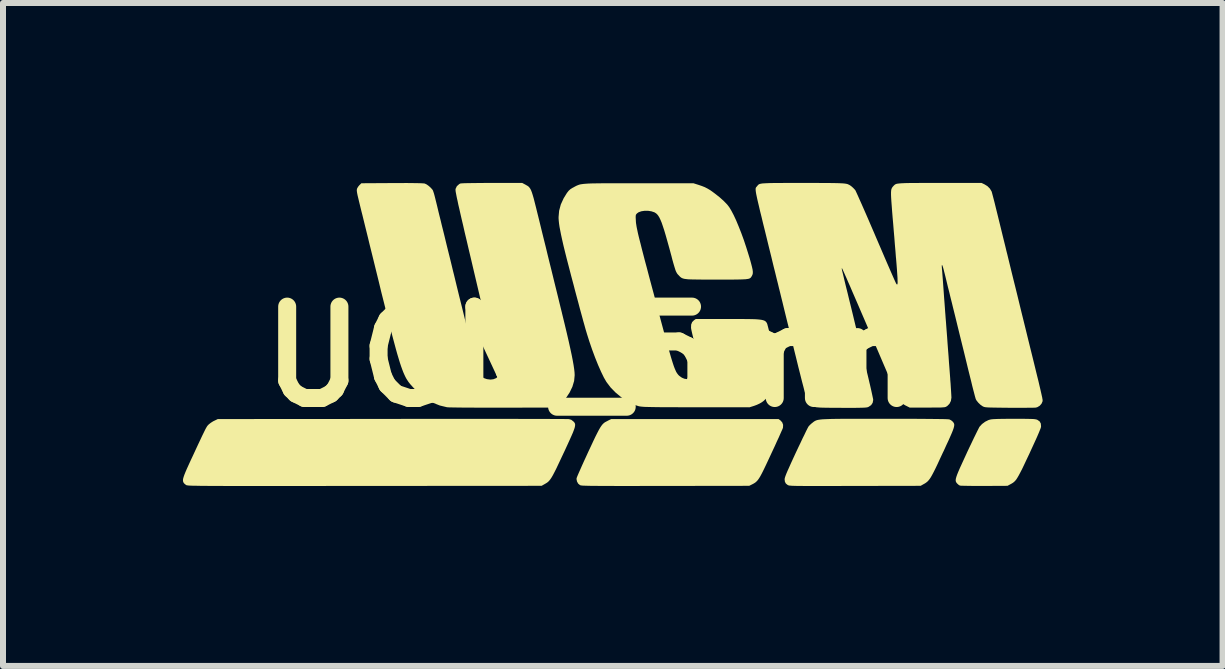
<source format=kicad_pcb>
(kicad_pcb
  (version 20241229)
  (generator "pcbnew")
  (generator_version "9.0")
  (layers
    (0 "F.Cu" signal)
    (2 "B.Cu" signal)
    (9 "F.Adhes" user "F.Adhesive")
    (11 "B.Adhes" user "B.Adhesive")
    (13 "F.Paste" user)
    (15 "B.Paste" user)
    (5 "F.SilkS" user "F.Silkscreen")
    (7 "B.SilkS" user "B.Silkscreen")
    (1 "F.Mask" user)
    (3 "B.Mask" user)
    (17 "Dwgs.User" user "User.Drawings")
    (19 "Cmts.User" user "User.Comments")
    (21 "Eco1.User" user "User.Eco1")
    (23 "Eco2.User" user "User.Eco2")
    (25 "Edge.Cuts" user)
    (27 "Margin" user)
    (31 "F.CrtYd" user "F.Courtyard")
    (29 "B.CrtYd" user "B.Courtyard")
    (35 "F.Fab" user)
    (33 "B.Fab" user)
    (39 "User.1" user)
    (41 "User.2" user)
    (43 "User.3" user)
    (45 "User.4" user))
  (footprint "UCM_5mm"
    (layer "F.Cu")
    (at 7.144 2.896)
    (property "Reference" "UCM_5mm" (at 0 0 0) (layer "F.SilkS") (effects (font (size 1.524 1.524) (thickness 0.3))))
    (attr board_only exclude_from_pos_files exclude_from_bom)
    (fp_poly (pts (xy 2.816 1.062) (xy 2.846 1.095) (xy 2.861 1.136) (xy 2.859 1.181) (xy 2.855 1.195) (xy 2.848 1.212) (xy 2.834 1.243) (xy 2.814 1.288) (xy 2.789 1.345) (xy 2.758 1.411) (xy 2.725 1.485) (xy 2.688 1.564) (xy 2.66 1.624) (xy 2.613 1.725) (xy 2.573 1.81) (xy 2.539 1.881) (xy 2.51 1.939) (xy 2.485 1.986) (xy 2.463 2.023) (xy 2.443 2.052) (xy 2.423 2.075) (xy 2.404 2.093) (xy 2.384 2.107) (xy 2.362 2.12) (xy 2.344 2.129) (xy 2.296 2.153) (xy 0.901 2.155) (xy 0.709 2.155) (xy 0.535 2.155) (xy 0.378 2.156) (xy 0.237 2.156) (xy 0.112 2.156) (xy 0.002 2.155) (xy -0.095 2.155) (xy -0.179 2.155) (xy -0.251 2.154) (xy -0.312 2.154) (xy -0.364 2.153) (xy -0.406 2.152) (xy -0.44 2.151) (xy -0.467 2.15) (xy -0.488 2.149) (xy -0.503 2.147) (xy -0.514 2.145) (xy -0.521 2.143) (xy -0.524 2.142) (xy -0.555 2.117) (xy -0.575 2.081) (xy -0.583 2.041) (xy -0.582 2.027) (xy -0.577 2.012) (xy -0.565 1.982) (xy -0.546 1.938) (xy -0.521 1.882) (xy -0.492 1.816) (xy -0.459 1.743) (xy -0.422 1.663) (xy -0.387 1.586) (xy -0.339 1.484) (xy -0.299 1.398) (xy -0.265 1.327) (xy -0.235 1.268) (xy -0.21 1.22) (xy -0.188 1.182) (xy -0.168 1.152) (xy -0.15 1.129) (xy -0.132 1.111) (xy -0.113 1.096) (xy -0.092 1.084) (xy -0.068 1.072) (xy -0.062 1.068) (xy -0.005 1.04) (xy 2.785 1.04)) (stroke (width 0) (type solid)) (fill yes) (layer "F.SilkS"))
    (fp_poly (pts (xy 6.712 1.036) (xy 6.804 1.036) (xy 6.879 1.036) (xy 6.939 1.037) (xy 6.986 1.038) (xy 7.022 1.039) (xy 7.048 1.041) (xy 7.068 1.044) (xy 7.083 1.047) (xy 7.096 1.051) (xy 7.101 1.054) (xy 7.137 1.079) (xy 7.157 1.114) (xy 7.161 1.16) (xy 7.16 1.172) (xy 7.155 1.191) (xy 7.141 1.226) (xy 7.121 1.275) (xy 7.094 1.338) (xy 7.06 1.413) (xy 7.021 1.498) (xy 6.977 1.594) (xy 6.967 1.616) (xy 6.919 1.717) (xy 6.879 1.802) (xy 6.845 1.873) (xy 6.815 1.931) (xy 6.79 1.978) (xy 6.768 2.016) (xy 6.749 2.046) (xy 6.73 2.069) (xy 6.712 2.087) (xy 6.693 2.102) (xy 6.672 2.115) (xy 6.65 2.127) (xy 6.602 2.153) (xy 6.213 2.155) (xy 6.128 2.155) (xy 6.049 2.155) (xy 5.977 2.154) (xy 5.915 2.153) (xy 5.864 2.152) (xy 5.828 2.151) (xy 5.809 2.149) (xy 5.806 2.148) (xy 5.786 2.136) (xy 5.764 2.116) (xy 5.763 2.115) (xy 5.752 2.102) (xy 5.744 2.089) (xy 5.739 2.074) (xy 5.738 2.056) (xy 5.741 2.033) (xy 5.749 2.004) (xy 5.762 1.966) (xy 5.781 1.919) (xy 5.806 1.861) (xy 5.838 1.791) (xy 5.877 1.706) (xy 5.923 1.606) (xy 5.925 1.601) (xy 5.964 1.518) (xy 6.002 1.439) (xy 6.036 1.367) (xy 6.068 1.302) (xy 6.095 1.247) (xy 6.116 1.205) (xy 6.131 1.176) (xy 6.138 1.165) (xy 6.177 1.123) (xy 6.228 1.085) (xy 6.284 1.057) (xy 6.311 1.049) (xy 6.331 1.045) (xy 6.359 1.042) (xy 6.397 1.04) (xy 6.447 1.038) (xy 6.511 1.037) (xy 6.59 1.036) (xy 6.687 1.036)) (stroke (width 0) (type solid)) (fill yes) (layer "F.SilkS"))
    (fp_poly (pts (xy 4.473 1.036) (xy 4.55 1.036) (xy 4.737 1.036) (xy 4.907 1.036) (xy 5.06 1.036) (xy 5.195 1.037) (xy 5.312 1.038) (xy 5.412 1.039) (xy 5.493 1.04) (xy 5.556 1.041) (xy 5.6 1.043) (xy 5.625 1.045) (xy 5.63 1.045) (xy 5.661 1.06) (xy 5.688 1.082) (xy 5.69 1.085) (xy 5.7 1.097) (xy 5.708 1.11) (xy 5.713 1.124) (xy 5.714 1.141) (xy 5.711 1.163) (xy 5.704 1.191) (xy 5.692 1.226) (xy 5.674 1.271) (xy 5.65 1.326) (xy 5.62 1.394) (xy 5.582 1.475) (xy 5.538 1.572) (xy 5.525 1.598) (xy 5.477 1.701) (xy 5.437 1.788) (xy 5.402 1.861) (xy 5.372 1.921) (xy 5.346 1.97) (xy 5.324 2.009) (xy 5.304 2.039) (xy 5.285 2.063) (xy 5.266 2.083) (xy 5.247 2.098) (xy 5.227 2.112) (xy 5.205 2.124) (xy 5.154 2.153) (xy 4.061 2.155) (xy 3.893 2.155) (xy 3.743 2.156) (xy 3.61 2.156) (xy 3.493 2.156) (xy 3.391 2.156) (xy 3.303 2.156) (xy 3.228 2.156) (xy 3.164 2.155) (xy 3.111 2.155) (xy 3.068 2.154) (xy 3.033 2.153) (xy 3.005 2.152) (xy 2.984 2.15) (xy 2.969 2.149) (xy 2.957 2.147) (xy 2.949 2.144) (xy 2.943 2.142) (xy 2.938 2.139) (xy 2.937 2.139) (xy 2.907 2.115) (xy 2.891 2.085) (xy 2.886 2.044) (xy 2.886 2.042) (xy 2.888 2.029) (xy 2.893 2.01) (xy 2.902 1.984) (xy 2.916 1.948) (xy 2.935 1.903) (xy 2.961 1.846) (xy 2.992 1.776) (xy 3.031 1.691) (xy 3.074 1.598) (xy 3.113 1.515) (xy 3.151 1.436) (xy 3.185 1.363) (xy 3.217 1.299) (xy 3.243 1.244) (xy 3.264 1.202) (xy 3.279 1.174) (xy 3.286 1.162) (xy 3.308 1.138) (xy 3.338 1.111) (xy 3.355 1.098) (xy 3.367 1.088) (xy 3.379 1.08) (xy 3.391 1.072) (xy 3.404 1.066) (xy 3.419 1.06) (xy 3.437 1.055) (xy 3.46 1.051) (xy 3.488 1.047) (xy 3.522 1.044) (xy 3.565 1.042) (xy 3.616 1.04) (xy 3.677 1.038) (xy 3.749 1.037) (xy 3.833 1.036) (xy 3.93 1.036) (xy 4.042 1.036) (xy 4.169 1.036) (xy 4.312 1.036)) (stroke (width 0) (type solid)) (fill yes) (layer "F.SilkS"))
    (fp_poly (pts (xy -2.333 1.037) (xy -2.137 1.037) (xy -1.951 1.037) (xy -1.774 1.037) (xy -1.609 1.037) (xy -1.455 1.038) (xy -1.313 1.038) (xy -1.184 1.038) (xy -1.07 1.038) (xy -0.969 1.039) (xy -0.884 1.039) (xy -0.815 1.039) (xy -0.763 1.04) (xy -0.728 1.04) (xy -0.711 1.041) (xy -0.71 1.041) (xy -0.671 1.052) (xy -0.637 1.078) (xy -0.635 1.08) (xy -0.623 1.092) (xy -0.614 1.105) (xy -0.608 1.119) (xy -0.606 1.136) (xy -0.608 1.157) (xy -0.614 1.185) (xy -0.626 1.22) (xy -0.643 1.265) (xy -0.667 1.32) (xy -0.697 1.387) (xy -0.734 1.468) (xy -0.778 1.564) (xy -0.798 1.606) (xy -0.846 1.708) (xy -0.887 1.795) (xy -0.921 1.867) (xy -0.951 1.926) (xy -0.976 1.974) (xy -0.998 2.012) (xy -1.018 2.042) (xy -1.037 2.066) (xy -1.055 2.085) (xy -1.074 2.1) (xy -1.095 2.113) (xy -1.114 2.124) (xy -1.165 2.153) (xy -4.113 2.155) (xy -4.395 2.155) (xy -4.659 2.155) (xy -4.904 2.156) (xy -5.132 2.156) (xy -5.343 2.156) (xy -5.539 2.156) (xy -5.719 2.156) (xy -5.884 2.156) (xy -6.036 2.156) (xy -6.174 2.156) (xy -6.299 2.156) (xy -6.412 2.156) (xy -6.513 2.155) (xy -6.604 2.155) (xy -6.684 2.155) (xy -6.755 2.154) (xy -6.816 2.154) (xy -6.87 2.153) (xy -6.916 2.152) (xy -6.954 2.152) (xy -6.986 2.151) (xy -7.013 2.15) (xy -7.034 2.149) (xy -7.051 2.148) (xy -7.064 2.146) (xy -7.073 2.145) (xy -7.081 2.144) (xy -7.086 2.142) (xy -7.09 2.14) (xy -7.092 2.139) (xy -7.116 2.121) (xy -7.132 2.103) (xy -7.133 2.101) (xy -7.14 2.087) (xy -7.143 2.072) (xy -7.144 2.055) (xy -7.141 2.033) (xy -7.133 2.005) (xy -7.121 1.97) (xy -7.103 1.925) (xy -7.079 1.869) (xy -7.048 1.801) (xy -7.01 1.718) (xy -6.977 1.648) (xy -6.929 1.544) (xy -6.888 1.456) (xy -6.853 1.382) (xy -6.825 1.322) (xy -6.801 1.273) (xy -6.782 1.234) (xy -6.767 1.204) (xy -6.754 1.181) (xy -6.744 1.164) (xy -6.735 1.151) (xy -6.726 1.142) (xy -6.718 1.133) (xy -6.709 1.125) (xy -6.678 1.101) (xy -6.64 1.077) (xy -6.617 1.066) (xy -6.563 1.04) (xy -3.658 1.038) (xy -3.423 1.037) (xy -3.192 1.037) (xy -2.967 1.037) (xy -2.748 1.037) (xy -2.537 1.037)) (stroke (width 0) (type solid)) (fill yes) (layer "F.SilkS"))
    (fp_poly (pts (xy -1.437 -2.869) (xy -1.416 -2.857) (xy -1.397 -2.846) (xy -1.381 -2.834) (xy -1.367 -2.818) (xy -1.353 -2.798) (xy -1.34 -2.772) (xy -1.327 -2.738) (xy -1.313 -2.694) (xy -1.297 -2.639) (xy -1.28 -2.572) (xy -1.259 -2.49) (xy -1.235 -2.392) (xy -1.218 -2.324) (xy -1.191 -2.214) (xy -1.161 -2.091) (xy -1.129 -1.961) (xy -1.096 -1.829) (xy -1.065 -1.7) (xy -1.035 -1.578) (xy -1.008 -1.47) (xy -1.006 -1.462) (xy -0.981 -1.36) (xy -0.954 -1.249) (xy -0.926 -1.136) (xy -0.898 -1.023) (xy -0.872 -0.916) (xy -0.848 -0.818) (xy -0.827 -0.734) (xy -0.825 -0.724) (xy -0.783 -0.552) (xy -0.746 -0.397) (xy -0.714 -0.259) (xy -0.687 -0.137) (xy -0.664 -0.03) (xy -0.646 0.062) (xy -0.632 0.141) (xy -0.622 0.208) (xy -0.616 0.262) (xy -0.614 0.305) (xy -0.614 0.31) (xy -0.623 0.405) (xy -0.652 0.502) (xy -0.699 0.599) (xy -0.752 0.679) (xy -0.793 0.727) (xy -0.839 0.765) (xy -0.896 0.796) (xy -0.964 0.823) (xy -1.04 0.849) (xy -1.865 0.85) (xy -1.996 0.85) (xy -2.121 0.85) (xy -2.239 0.85) (xy -2.347 0.849) (xy -2.446 0.849) (xy -2.532 0.848) (xy -2.606 0.847) (xy -2.666 0.846) (xy -2.709 0.845) (xy -2.736 0.843) (xy -2.742 0.843) (xy -2.862 0.814) (xy -2.975 0.769) (xy -3.083 0.707) (xy -3.187 0.628) (xy -3.28 0.54) (xy -3.304 0.515) (xy -3.325 0.492) (xy -3.346 0.469) (xy -3.365 0.446) (xy -3.384 0.422) (xy -3.401 0.396) (xy -3.419 0.368) (xy -3.436 0.336) (xy -3.453 0.3) (xy -3.471 0.259) (xy -3.489 0.212) (xy -3.508 0.159) (xy -3.528 0.099) (xy -3.549 0.03) (xy -3.572 -0.047) (xy -3.596 -0.133) (xy -3.622 -0.23) (xy -3.651 -0.338) (xy -3.682 -0.458) (xy -3.716 -0.59) (xy -3.752 -0.736) (xy -3.792 -0.896) (xy -3.836 -1.07) (xy -3.882 -1.261) (xy -3.933 -1.468) (xy -3.988 -1.692) (xy -4.037 -1.889) (xy -4.058 -1.977) (xy -4.082 -2.074) (xy -4.107 -2.175) (xy -4.131 -2.273) (xy -4.153 -2.363) (xy -4.168 -2.421) (xy -4.19 -2.511) (xy -4.208 -2.585) (xy -4.222 -2.644) (xy -4.233 -2.69) (xy -4.24 -2.725) (xy -4.244 -2.751) (xy -4.246 -2.771) (xy -4.245 -2.785) (xy -4.243 -2.797) (xy -4.239 -2.807) (xy -4.224 -2.833) (xy -4.202 -2.86) (xy -4.198 -2.863) (xy -4.17 -2.891) (xy -3.66 -2.894) (xy -3.531 -2.894) (xy -3.422 -2.895) (xy -3.329 -2.894) (xy -3.254 -2.893) (xy -3.196 -2.892) (xy -3.153 -2.89) (xy -3.125 -2.888) (xy -3.113 -2.886) (xy -3.081 -2.871) (xy -3.045 -2.845) (xy -3.011 -2.814) (xy -2.984 -2.783) (xy -2.977 -2.771) (xy -2.97 -2.751) (xy -2.959 -2.718) (xy -2.948 -2.677) (xy -2.94 -2.646) (xy -2.932 -2.613) (xy -2.92 -2.565) (xy -2.905 -2.504) (xy -2.888 -2.432) (xy -2.869 -2.354) (xy -2.848 -2.271) (xy -2.829 -2.191) (xy -2.807 -2.104) (xy -2.782 -2.003) (xy -2.755 -1.891) (xy -2.726 -1.773) (xy -2.696 -1.653) (xy -2.667 -1.534) (xy -2.64 -1.422) (xy -2.627 -1.371) (xy -2.578 -1.169) (xy -2.533 -0.985) (xy -2.491 -0.818) (xy -2.454 -0.667) (xy -2.421 -0.531) (xy -2.39 -0.409) (xy -2.363 -0.301) (xy -2.339 -0.205) (xy -2.318 -0.121) (xy -2.299 -0.048) (xy -2.282 0.016) (xy -2.268 0.07) (xy -2.255 0.116) (xy -2.244 0.155) (xy -2.234 0.187) (xy -2.225 0.214) (xy -2.217 0.236) (xy -2.21 0.254) (xy -2.203 0.27) (xy -2.196 0.283) (xy -2.19 0.293) (xy -2.164 0.331) (xy -2.13 0.356) (xy -2.085 0.372) (xy -2.073 0.375) (xy -2.018 0.382) (xy -1.968 0.376) (xy -1.926 0.359) (xy -1.912 0.349) (xy -1.899 0.334) (xy -1.891 0.32) (xy -1.889 0.301) (xy -1.891 0.269) (xy -1.892 0.261) (xy -1.897 0.229) (xy -1.906 0.184) (xy -1.918 0.13) (xy -1.933 0.073) (xy -1.941 0.043) (xy -1.949 0.015) (xy -1.96 -0.03) (xy -1.975 -0.091) (xy -1.994 -0.167) (xy -2.016 -0.258) (xy -2.041 -0.36) (xy -2.069 -0.474) (xy -2.098 -0.599) (xy -2.13 -0.732) (xy -2.164 -0.873) (xy -2.199 -1.02) (xy -2.235 -1.173) (xy -2.272 -1.33) (xy -2.297 -1.436) (xy -2.34 -1.62) (xy -2.38 -1.788) (xy -2.415 -1.938) (xy -2.447 -2.072) (xy -2.474 -2.192) (xy -2.499 -2.297) (xy -2.52 -2.389) (xy -2.538 -2.469) (xy -2.554 -2.537) (xy -2.566 -2.596) (xy -2.577 -2.644) (xy -2.585 -2.684) (xy -2.591 -2.717) (xy -2.596 -2.742) (xy -2.599 -2.762) (xy -2.6 -2.777) (xy -2.6 -2.787) (xy -2.6 -2.795) (xy -2.599 -2.798) (xy -2.578 -2.842) (xy -2.54 -2.876) (xy -2.525 -2.885) (xy -2.512 -2.888) (xy -2.486 -2.89) (xy -2.444 -2.892) (xy -2.386 -2.893) (xy -2.313 -2.894) (xy -2.222 -2.895) (xy -2.113 -2.896) (xy -1.996 -2.896) (xy -1.488 -2.896)) (stroke (width 0) (type solid)) (fill yes) (layer "F.SilkS"))
    (fp_poly (pts (xy 0.383 -2.891) (xy 0.455 -2.891) (xy 1.366 -2.891) (xy 1.451 -2.864) (xy 1.507 -2.845) (xy 1.555 -2.826) (xy 1.6 -2.803) (xy 1.647 -2.775) (xy 1.7 -2.737) (xy 1.724 -2.719) (xy 1.804 -2.656) (xy 1.873 -2.594) (xy 1.929 -2.536) (xy 1.963 -2.492) (xy 1.998 -2.434) (xy 2.037 -2.36) (xy 2.078 -2.272) (xy 2.12 -2.171) (xy 2.164 -2.06) (xy 2.207 -1.942) (xy 2.248 -1.818) (xy 2.288 -1.69) (xy 2.307 -1.628) (xy 2.327 -1.555) (xy 2.342 -1.497) (xy 2.352 -1.452) (xy 2.356 -1.418) (xy 2.356 -1.391) (xy 2.351 -1.369) (xy 2.342 -1.349) (xy 2.34 -1.345) (xy 2.332 -1.333) (xy 2.325 -1.322) (xy 2.316 -1.313) (xy 2.304 -1.305) (xy 2.288 -1.299) (xy 2.265 -1.295) (xy 2.235 -1.291) (xy 2.197 -1.289) (xy 2.147 -1.287) (xy 2.085 -1.286) (xy 2.01 -1.285) (xy 1.919 -1.285) (xy 1.811 -1.285) (xy 1.748 -1.285) (xy 1.631 -1.285) (xy 1.531 -1.285) (xy 1.448 -1.286) (xy 1.379 -1.287) (xy 1.322 -1.288) (xy 1.277 -1.29) (xy 1.241 -1.294) (xy 1.212 -1.298) (xy 1.191 -1.304) (xy 1.173 -1.311) (xy 1.159 -1.32) (xy 1.146 -1.33) (xy 1.133 -1.343) (xy 1.124 -1.353) (xy 1.108 -1.369) (xy 1.095 -1.385) (xy 1.084 -1.404) (xy 1.072 -1.428) (xy 1.061 -1.46) (xy 1.048 -1.502) (xy 1.032 -1.556) (xy 1.013 -1.624) (xy 1.001 -1.672) (xy 0.965 -1.805) (xy 0.933 -1.92) (xy 0.905 -2.019) (xy 0.88 -2.103) (xy 0.857 -2.173) (xy 0.837 -2.232) (xy 0.817 -2.28) (xy 0.799 -2.318) (xy 0.781 -2.348) (xy 0.763 -2.371) (xy 0.745 -2.388) (xy 0.725 -2.401) (xy 0.717 -2.406) (xy 0.666 -2.423) (xy 0.61 -2.432) (xy 0.552 -2.432) (xy 0.498 -2.424) (xy 0.453 -2.408) (xy 0.426 -2.389) (xy 0.415 -2.377) (xy 0.407 -2.365) (xy 0.404 -2.349) (xy 0.403 -2.325) (xy 0.405 -2.287) (xy 0.406 -2.268) (xy 0.407 -2.247) (xy 0.409 -2.225) (xy 0.413 -2.201) (xy 0.417 -2.174) (xy 0.423 -2.142) (xy 0.431 -2.105) (xy 0.44 -2.061) (xy 0.452 -2.01) (xy 0.467 -1.95) (xy 0.485 -1.881) (xy 0.505 -1.8) (xy 0.529 -1.708) (xy 0.556 -1.603) (xy 0.588 -1.485) (xy 0.623 -1.351) (xy 0.663 -1.201) (xy 0.708 -1.034) (xy 0.724 -0.973) (xy 0.771 -0.798) (xy 0.813 -0.639) (xy 0.851 -0.498) (xy 0.885 -0.372) (xy 0.916 -0.26) (xy 0.943 -0.162) (xy 0.967 -0.077) (xy 0.988 -0.004) (xy 1.007 0.059) (xy 1.024 0.113) (xy 1.039 0.158) (xy 1.053 0.195) (xy 1.066 0.225) (xy 1.077 0.25) (xy 1.089 0.27) (xy 1.1 0.286) (xy 1.111 0.3) (xy 1.122 0.312) (xy 1.135 0.323) (xy 1.135 0.323) (xy 1.173 0.35) (xy 1.216 0.368) (xy 1.27 0.376) (xy 1.318 0.378) (xy 1.377 0.375) (xy 1.42 0.364) (xy 1.451 0.344) (xy 1.472 0.314) (xy 1.474 0.311) (xy 1.481 0.296) (xy 1.484 0.28) (xy 1.485 0.26) (xy 1.482 0.232) (xy 1.477 0.191) (xy 1.473 0.166) (xy 1.466 0.125) (xy 1.455 0.07) (xy 1.44 0.004) (xy 1.423 -0.068) (xy 1.405 -0.142) (xy 1.393 -0.191) (xy 1.376 -0.259) (xy 1.36 -0.324) (xy 1.346 -0.382) (xy 1.335 -0.43) (xy 1.328 -0.465) (xy 1.326 -0.482) (xy 1.328 -0.535) (xy 1.345 -0.577) (xy 1.375 -0.607) (xy 1.405 -0.628) (xy 1.937 -0.628) (xy 2.063 -0.628) (xy 2.171 -0.628) (xy 2.263 -0.627) (xy 2.34 -0.626) (xy 2.404 -0.624) (xy 2.455 -0.62) (xy 2.496 -0.615) (xy 2.528 -0.608) (xy 2.552 -0.599) (xy 2.57 -0.587) (xy 2.582 -0.573) (xy 2.592 -0.556) (xy 2.599 -0.536) (xy 2.605 -0.512) (xy 2.609 -0.498) (xy 2.632 -0.407) (xy 2.653 -0.31) (xy 2.673 -0.209) (xy 2.692 -0.108) (xy 2.708 -0.009) (xy 2.722 0.087) (xy 2.733 0.175) (xy 2.741 0.255) (xy 2.746 0.323) (xy 2.746 0.377) (xy 2.743 0.412) (xy 2.722 0.48) (xy 2.688 0.552) (xy 2.643 0.622) (xy 2.59 0.687) (xy 2.533 0.74) (xy 2.506 0.76) (xy 2.47 0.781) (xy 2.425 0.802) (xy 2.38 0.819) (xy 2.377 0.82) (xy 2.3 0.844) (xy 1.411 0.843) (xy 1.26 0.843) (xy 1.126 0.843) (xy 1.008 0.842) (xy 0.907 0.842) (xy 0.819 0.842) (xy 0.744 0.841) (xy 0.682 0.84) (xy 0.63 0.839) (xy 0.587 0.838) (xy 0.552 0.837) (xy 0.524 0.835) (xy 0.502 0.833) (xy 0.484 0.831) (xy 0.469 0.829) (xy 0.456 0.826) (xy 0.455 0.826) (xy 0.376 0.801) (xy 0.3 0.767) (xy 0.223 0.721) (xy 0.171 0.683) (xy 0.069 0.599) (xy -0.015 0.513) (xy -0.084 0.422) (xy -0.127 0.348) (xy -0.174 0.251) (xy -0.223 0.14) (xy -0.273 0.016) (xy -0.322 -0.116) (xy -0.369 -0.253) (xy -0.407 -0.373) (xy -0.419 -0.413) (xy -0.431 -0.453) (xy -0.443 -0.496) (xy -0.456 -0.543) (xy -0.471 -0.595) (xy -0.487 -0.655) (xy -0.506 -0.724) (xy -0.528 -0.804) (xy -0.552 -0.896) (xy -0.581 -1.003) (xy -0.614 -1.127) (xy -0.626 -1.175) (xy -0.671 -1.343) (xy -0.71 -1.494) (xy -0.745 -1.628) (xy -0.775 -1.748) (xy -0.801 -1.854) (xy -0.822 -1.947) (xy -0.84 -2.029) (xy -0.854 -2.1) (xy -0.866 -2.162) (xy -0.874 -2.216) (xy -0.879 -2.263) (xy -0.882 -2.304) (xy -0.882 -2.33) (xy -0.873 -2.433) (xy -0.845 -2.537) (xy -0.798 -2.64) (xy -0.743 -2.729) (xy -0.714 -2.766) (xy -0.684 -2.793) (xy -0.645 -2.817) (xy -0.636 -2.821) (xy -0.615 -2.833) (xy -0.596 -2.843) (xy -0.578 -2.852) (xy -0.56 -2.859) (xy -0.542 -2.866) (xy -0.52 -2.872) (xy -0.495 -2.876) (xy -0.465 -2.88) (xy -0.428 -2.883) (xy -0.385 -2.886) (xy -0.332 -2.888) (xy -0.27 -2.889) (xy -0.196 -2.89) (xy -0.11 -2.891) (xy -0.01 -2.891) (xy 0.104 -2.891) (xy 0.235 -2.891)) (stroke (width 0) (type solid)) (fill yes) (layer "F.SilkS"))
    (fp_poly (pts (xy 3.445 -2.896) (xy 3.546 -2.895) (xy 3.632 -2.895) (xy 3.705 -2.894) (xy 3.766 -2.893) (xy 3.816 -2.891) (xy 3.856 -2.889) (xy 3.888 -2.886) (xy 3.914 -2.882) (xy 3.935 -2.877) (xy 3.951 -2.87) (xy 3.965 -2.863) (xy 3.979 -2.855) (xy 3.992 -2.845) (xy 4.002 -2.838) (xy 4.031 -2.812) (xy 4.058 -2.783) (xy 4.066 -2.773) (xy 4.073 -2.758) (xy 4.087 -2.728) (xy 4.108 -2.682) (xy 4.134 -2.623) (xy 4.166 -2.552) (xy 4.202 -2.47) (xy 4.242 -2.379) (xy 4.285 -2.28) (xy 4.331 -2.173) (xy 4.379 -2.062) (xy 4.41 -1.989) (xy 4.459 -1.875) (xy 4.506 -1.766) (xy 4.55 -1.663) (xy 4.591 -1.568) (xy 4.629 -1.481) (xy 4.662 -1.405) (xy 4.691 -1.339) (xy 4.714 -1.287) (xy 4.731 -1.249) (xy 4.742 -1.226) (xy 4.745 -1.22) (xy 4.753 -1.208) (xy 4.76 -1.203) (xy 4.765 -1.205) (xy 4.768 -1.216) (xy 4.77 -1.237) (xy 4.769 -1.269) (xy 4.768 -1.314) (xy 4.764 -1.373) (xy 4.759 -1.447) (xy 4.752 -1.538) (xy 4.743 -1.647) (xy 4.742 -1.651) (xy 4.734 -1.757) (xy 4.724 -1.871) (xy 4.715 -1.988) (xy 4.705 -2.104) (xy 4.696 -2.215) (xy 4.687 -2.316) (xy 4.68 -2.403) (xy 4.679 -2.414) (xy 4.672 -2.509) (xy 4.666 -2.587) (xy 4.662 -2.65) (xy 4.66 -2.7) (xy 4.66 -2.739) (xy 4.662 -2.769) (xy 4.666 -2.791) (xy 4.673 -2.809) (xy 4.682 -2.824) (xy 4.693 -2.838) (xy 4.697 -2.841) (xy 4.706 -2.852) (xy 4.715 -2.86) (xy 4.724 -2.868) (xy 4.734 -2.874) (xy 4.748 -2.88) (xy 4.767 -2.884) (xy 4.792 -2.887) (xy 4.824 -2.89) (xy 4.864 -2.892) (xy 4.915 -2.894) (xy 4.977 -2.895) (xy 5.051 -2.895) (xy 5.14 -2.896) (xy 5.244 -2.896) (xy 5.365 -2.896) (xy 5.472 -2.896) (xy 6.17 -2.896) (xy 6.218 -2.873) (xy 6.267 -2.843) (xy 6.308 -2.802) (xy 6.335 -2.757) (xy 6.336 -2.756) (xy 6.34 -2.744) (xy 6.347 -2.718) (xy 6.357 -2.68) (xy 6.371 -2.627) (xy 6.388 -2.561) (xy 6.408 -2.479) (xy 6.432 -2.382) (xy 6.46 -2.268) (xy 6.492 -2.138) (xy 6.528 -1.99) (xy 6.569 -1.825) (xy 6.582 -1.769) (xy 6.599 -1.703) (xy 6.619 -1.62) (xy 6.643 -1.522) (xy 6.67 -1.411) (xy 6.7 -1.289) (xy 6.733 -1.157) (xy 6.767 -1.019) (xy 6.802 -0.875) (xy 6.838 -0.727) (xy 6.875 -0.578) (xy 6.904 -0.46) (xy 6.946 -0.288) (xy 6.984 -0.134) (xy 7.018 0.003) (xy 7.048 0.125) (xy 7.074 0.232) (xy 7.097 0.326) (xy 7.117 0.406) (xy 7.133 0.475) (xy 7.147 0.534) (xy 7.158 0.582) (xy 7.167 0.622) (xy 7.174 0.654) (xy 7.18 0.68) (xy 7.183 0.699) (xy 7.186 0.714) (xy 7.187 0.725) (xy 7.187 0.733) (xy 7.186 0.74) (xy 7.186 0.745) (xy 7.169 0.784) (xy 7.139 0.818) (xy 7.101 0.841) (xy 7.074 0.849) (xy 7.056 0.85) (xy 7.021 0.851) (xy 6.971 0.851) (xy 6.909 0.852) (xy 6.836 0.852) (xy 6.756 0.852) (xy 6.67 0.852) (xy 6.63 0.852) (xy 6.532 0.851) (xy 6.451 0.85) (xy 6.385 0.849) (xy 6.333 0.848) (xy 6.292 0.847) (xy 6.261 0.845) (xy 6.238 0.843) (xy 6.221 0.84) (xy 6.209 0.837) (xy 6.198 0.832) (xy 6.189 0.828) (xy 6.15 0.801) (xy 6.113 0.765) (xy 6.083 0.727) (xy 6.072 0.705) (xy 6.067 0.688) (xy 6.058 0.656) (xy 6.046 0.61) (xy 6.031 0.553) (xy 6.014 0.487) (xy 5.997 0.415) (xy 5.988 0.379) (xy 5.947 0.215) (xy 5.91 0.062) (xy 5.875 -0.082) (xy 5.84 -0.223) (xy 5.805 -0.365) (xy 5.769 -0.512) (xy 5.731 -0.668) (xy 5.689 -0.837) (xy 5.677 -0.887) (xy 5.653 -0.982) (xy 5.631 -1.074) (xy 5.609 -1.16) (xy 5.59 -1.239) (xy 5.573 -1.309) (xy 5.559 -1.366) (xy 5.548 -1.409) (xy 5.541 -1.437) (xy 5.541 -1.438) (xy 5.528 -1.485) (xy 5.518 -1.515) (xy 5.511 -1.529) (xy 5.507 -1.525) (xy 5.506 -1.503) (xy 5.508 -1.477) (xy 5.51 -1.45) (xy 5.514 -1.408) (xy 5.518 -1.353) (xy 5.523 -1.289) (xy 5.528 -1.219) (xy 5.533 -1.151) (xy 5.539 -1.069) (xy 5.545 -0.981) (xy 5.552 -0.894) (xy 5.558 -0.812) (xy 5.563 -0.741) (xy 5.566 -0.705) (xy 5.57 -0.648) (xy 5.576 -0.577) (xy 5.582 -0.495) (xy 5.589 -0.406) (xy 5.596 -0.315) (xy 5.602 -0.227) (xy 5.604 -0.201) (xy 5.611 -0.109) (xy 5.619 -0.008) (xy 5.626 0.095) (xy 5.634 0.196) (xy 5.641 0.289) (xy 5.647 0.369) (xy 5.647 0.377) (xy 5.653 0.448) (xy 5.657 0.515) (xy 5.661 0.575) (xy 5.664 0.626) (xy 5.666 0.663) (xy 5.667 0.682) (xy 5.658 0.738) (xy 5.634 0.786) (xy 5.597 0.823) (xy 5.59 0.827) (xy 5.58 0.833) (xy 5.57 0.838) (xy 5.556 0.842) (xy 5.537 0.844) (xy 5.512 0.846) (xy 5.476 0.848) (xy 5.429 0.848) (xy 5.368 0.848) (xy 5.29 0.849) (xy 5.264 0.849) (xy 4.972 0.849) (xy 4.918 0.822) (xy 4.894 0.81) (xy 4.873 0.797) (xy 4.853 0.783) (xy 4.835 0.765) (xy 4.817 0.742) (xy 4.798 0.712) (xy 4.778 0.673) (xy 4.754 0.625) (xy 4.726 0.565) (xy 4.694 0.492) (xy 4.656 0.404) (xy 4.624 0.331) (xy 4.529 0.11) (xy 4.442 -0.094) (xy 4.361 -0.281) (xy 4.288 -0.452) (xy 4.221 -0.608) (xy 4.16 -0.749) (xy 4.106 -0.875) (xy 4.057 -0.988) (xy 4.014 -1.087) (xy 3.977 -1.174) (xy 3.944 -1.248) (xy 3.917 -1.311) (xy 3.894 -1.362) (xy 3.876 -1.403) (xy 3.862 -1.434) (xy 3.852 -1.455) (xy 3.846 -1.468) (xy 3.844 -1.472) (xy 3.838 -1.473) (xy 3.84 -1.457) (xy 3.845 -1.432) (xy 3.856 -1.389) (xy 3.87 -1.33) (xy 3.888 -1.254) (xy 3.91 -1.164) (xy 3.936 -1.06) (xy 3.964 -0.944) (xy 3.996 -0.815) (xy 4.03 -0.675) (xy 4.066 -0.525) (xy 4.105 -0.366) (xy 4.146 -0.199) (xy 4.189 -0.025) (xy 4.233 0.155) (xy 4.254 0.238) (xy 4.276 0.328) (xy 4.296 0.414) (xy 4.315 0.494) (xy 4.331 0.565) (xy 4.344 0.625) (xy 4.354 0.672) (xy 4.361 0.705) (xy 4.363 0.721) (xy 4.354 0.769) (xy 4.329 0.807) (xy 4.29 0.834) (xy 4.28 0.839) (xy 4.269 0.843) (xy 4.254 0.846) (xy 4.235 0.848) (xy 4.209 0.85) (xy 4.175 0.851) (xy 4.13 0.852) (xy 4.072 0.853) (xy 4.001 0.853) (xy 3.913 0.853) (xy 3.844 0.853) (xy 3.737 0.852) (xy 3.648 0.852) (xy 3.575 0.851) (xy 3.516 0.85) (xy 3.47 0.848) (xy 3.436 0.845) (xy 3.412 0.843) (xy 3.397 0.839) (xy 3.396 0.839) (xy 3.338 0.811) (xy 3.29 0.769) (xy 3.266 0.736) (xy 3.26 0.72) (xy 3.25 0.689) (xy 3.236 0.642) (xy 3.219 0.58) (xy 3.199 0.501) (xy 3.174 0.406) (xy 3.146 0.294) (xy 3.113 0.164) (xy 3.077 0.016) (xy 3.049 -0.096) (xy 3.018 -0.223) (xy 2.987 -0.349) (xy 2.957 -0.474) (xy 2.927 -0.594) (xy 2.899 -0.708) (xy 2.873 -0.814) (xy 2.85 -0.91) (xy 2.829 -0.994) (xy 2.812 -1.064) (xy 2.799 -1.117) (xy 2.795 -1.131) (xy 2.776 -1.211) (xy 2.753 -1.302) (xy 2.729 -1.401) (xy 2.704 -1.5) (xy 2.681 -1.595) (xy 2.667 -1.654) (xy 2.625 -1.823) (xy 2.588 -1.975) (xy 2.555 -2.11) (xy 2.525 -2.23) (xy 2.5 -2.335) (xy 2.477 -2.426) (xy 2.459 -2.505) (xy 2.443 -2.572) (xy 2.43 -2.628) (xy 2.42 -2.675) (xy 2.412 -2.714) (xy 2.407 -2.744) (xy 2.404 -2.768) (xy 2.403 -2.787) (xy 2.403 -2.801) (xy 2.405 -2.811) (xy 2.408 -2.819) (xy 2.412 -2.825) (xy 2.417 -2.831) (xy 2.423 -2.837) (xy 2.427 -2.842) (xy 2.435 -2.852) (xy 2.442 -2.861) (xy 2.45 -2.868) (xy 2.461 -2.875) (xy 2.474 -2.88) (xy 2.493 -2.884) (xy 2.518 -2.888) (xy 2.551 -2.89) (xy 2.593 -2.892) (xy 2.645 -2.894) (xy 2.708 -2.895) (xy 2.785 -2.895) (xy 2.876 -2.896) (xy 2.982 -2.896) (xy 3.106 -2.896) (xy 3.191 -2.896) (xy 3.327 -2.896)) (stroke (width 0) (type solid)) (fill yes) (layer "F.SilkS")))
  (gr_rect
    (start -3 -3)
    (end 17.331 8.052)
    (stroke (width 0.1) (type default))
    (fill no)
    (layer "Edge.Cuts")))
</source>
